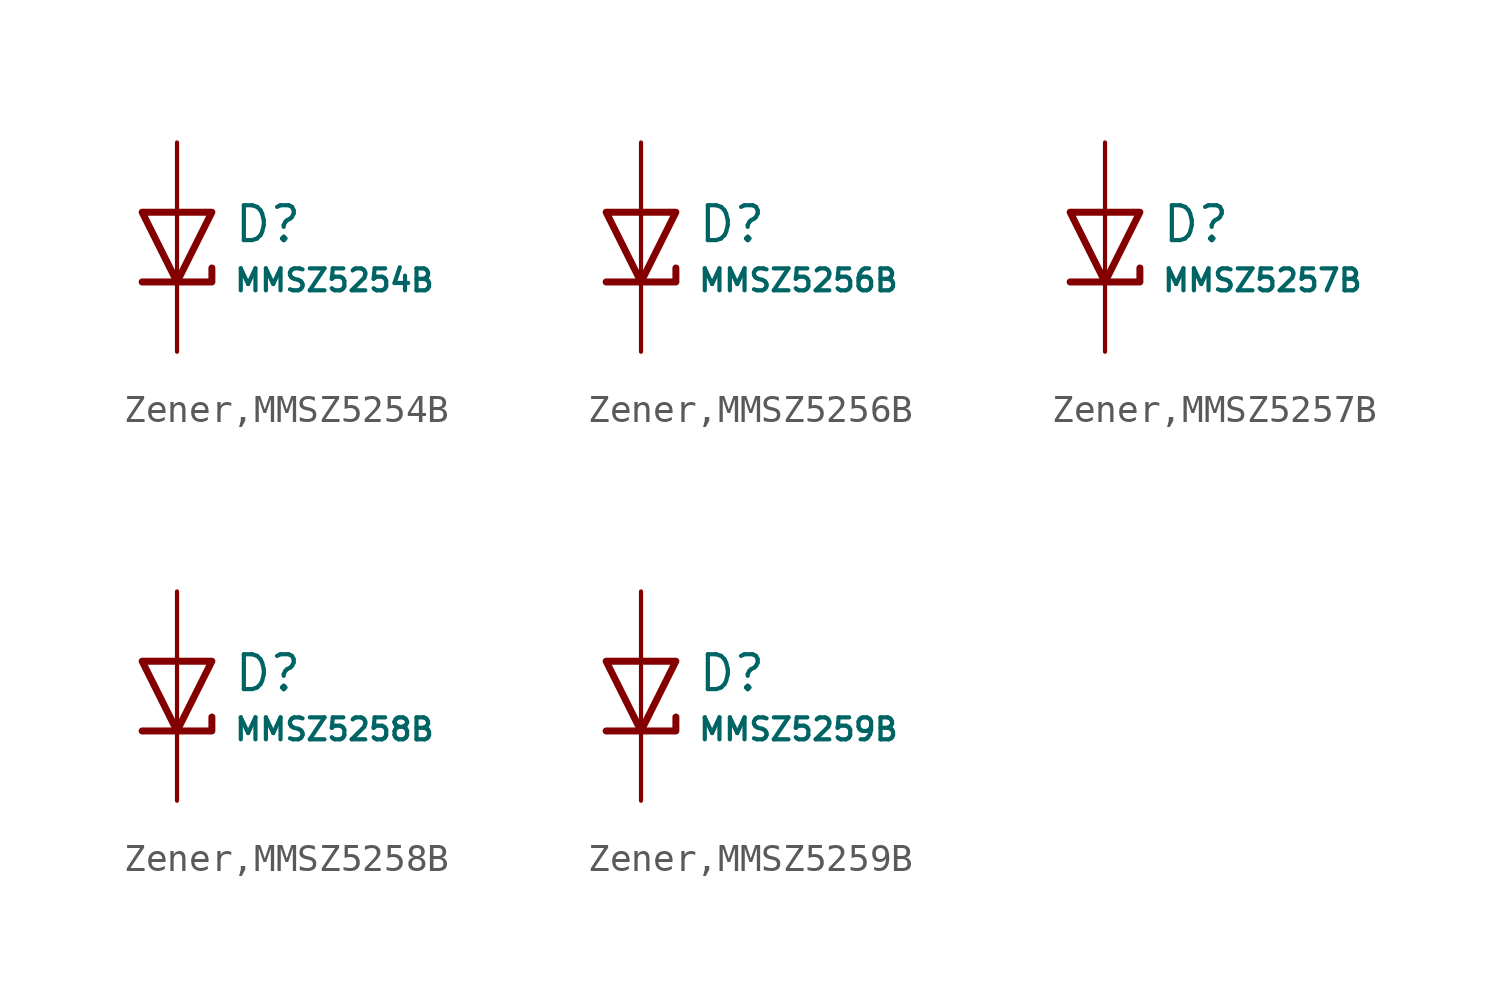
<source format=kicad_sym>
(kicad_symbol_lib
  (version 20231120)
  (generator "CDFER")
  (generator_version "8.0")
  (symbol "Zener,MMSZ5254B"
    (pin_numbers hide)
    (pin_names
      (offset 0))
    (property "Reference" "D"
      (at 2.032 0.834 0)
      (effects (font (size 1.27 1.27)) (justify left)))
    (property "Value" "MMSZ5254B"
      (at 2.032 -1.212 0)
      (effects (font (size 0.8 0.8)) (justify left)))
    (symbol "Zener,MMSZ5254B_0_1"
      (polyline (pts (xy -1.27 1.27) (xy 0.00 -1.27) (xy 1.27 1.27) (xy -1.27 1.27)) (stroke (width 0.254) (type default)) (fill (type none))))
    (symbol "Zener,MMSZ5254B_0_1"
      (polyline (pts (xy -1.27 -1.27) (xy 1.27 -1.27) (xy 1.27 -0.762)) (stroke (width 0.254) (type default)) (fill (type none))))
    (symbol "Zener,MMSZ5254B_1_1"
      (pin passive line (at 0 3.81 270) (length 3.81) (name "~" (effects (font (size 1.27 1.27)))) (number "2" (effects (font (size 1.27 1.27)))))
      (pin passive line (at 0 -3.81 90) (length 3.81) (name "~" (effects (font (size 1.27 1.27)))) (number "1" (effects (font (size 1.27 1.27)))))))
  (symbol "Zener,MMSZ5256B"
    (pin_numbers hide)
    (pin_names
      (offset 0))
    (property "Reference" "D"
      (at 2.032 0.834 0)
      (effects (font (size 1.27 1.27)) (justify left)))
    (property "Value" "MMSZ5256B"
      (at 2.032 -1.212 0)
      (effects (font (size 0.8 0.8)) (justify left)))
    (symbol "Zener,MMSZ5256B_0_1"
      (polyline (pts (xy -1.27 1.27) (xy 0.00 -1.27) (xy 1.27 1.27) (xy -1.27 1.27)) (stroke (width 0.254) (type default)) (fill (type none))))
    (symbol "Zener,MMSZ5256B_0_1"
      (polyline (pts (xy -1.27 -1.27) (xy 1.27 -1.27) (xy 1.27 -0.762)) (stroke (width 0.254) (type default)) (fill (type none))))
    (symbol "Zener,MMSZ5256B_1_1"
      (pin passive line (at 0 3.81 270) (length 3.81) (name "~" (effects (font (size 1.27 1.27)))) (number "2" (effects (font (size 1.27 1.27)))))
      (pin passive line (at 0 -3.81 90) (length 3.81) (name "~" (effects (font (size 1.27 1.27)))) (number "1" (effects (font (size 1.27 1.27)))))))
  (symbol "Zener,MMSZ5257B"
    (pin_numbers hide)
    (pin_names
      (offset 0))
    (property "Reference" "D"
      (at 2.032 0.834 0)
      (effects (font (size 1.27 1.27)) (justify left)))
    (property "Value" "MMSZ5257B"
      (at 2.032 -1.212 0)
      (effects (font (size 0.8 0.8)) (justify left)))
    (symbol "Zener,MMSZ5257B_0_1"
      (polyline (pts (xy -1.27 1.27) (xy 0.00 -1.27) (xy 1.27 1.27) (xy -1.27 1.27)) (stroke (width 0.254) (type default)) (fill (type none))))
    (symbol "Zener,MMSZ5257B_0_1"
      (polyline (pts (xy -1.27 -1.27) (xy 1.27 -1.27) (xy 1.27 -0.762)) (stroke (width 0.254) (type default)) (fill (type none))))
    (symbol "Zener,MMSZ5257B_1_1"
      (pin passive line (at 0 3.81 270) (length 3.81) (name "~" (effects (font (size 1.27 1.27)))) (number "2" (effects (font (size 1.27 1.27)))))
      (pin passive line (at 0 -3.81 90) (length 3.81) (name "~" (effects (font (size 1.27 1.27)))) (number "1" (effects (font (size 1.27 1.27)))))))
  (symbol "Zener,MMSZ5258B"
    (pin_numbers hide)
    (pin_names
      (offset 0))
    (property "Reference" "D"
      (at 2.032 0.834 0)
      (effects (font (size 1.27 1.27)) (justify left)))
    (property "Value" "MMSZ5258B"
      (at 2.032 -1.212 0)
      (effects (font (size 0.8 0.8)) (justify left)))
    (symbol "Zener,MMSZ5258B_0_1"
      (polyline (pts (xy -1.27 1.27) (xy 0.00 -1.27) (xy 1.27 1.27) (xy -1.27 1.27)) (stroke (width 0.254) (type default)) (fill (type none))))
    (symbol "Zener,MMSZ5258B_0_1"
      (polyline (pts (xy -1.27 -1.27) (xy 1.27 -1.27) (xy 1.27 -0.762)) (stroke (width 0.254) (type default)) (fill (type none))))
    (symbol "Zener,MMSZ5258B_1_1"
      (pin passive line (at 0 3.81 270) (length 3.81) (name "~" (effects (font (size 1.27 1.27)))) (number "2" (effects (font (size 1.27 1.27)))))
      (pin passive line (at 0 -3.81 90) (length 3.81) (name "~" (effects (font (size 1.27 1.27)))) (number "1" (effects (font (size 1.27 1.27)))))))
  (symbol "Zener,MMSZ5259B"
    (pin_numbers hide)
    (pin_names
      (offset 0))
    (property "Reference" "D"
      (at 2.032 0.834 0)
      (effects (font (size 1.27 1.27)) (justify left)))
    (property "Value" "MMSZ5259B"
      (at 2.032 -1.212 0)
      (effects (font (size 0.8 0.8)) (justify left)))
    (symbol "Zener,MMSZ5259B_0_1"
      (polyline (pts (xy -1.27 1.27) (xy 0.00 -1.27) (xy 1.27 1.27) (xy -1.27 1.27)) (stroke (width 0.254) (type default)) (fill (type none))))
    (symbol "Zener,MMSZ5259B_0_1"
      (polyline (pts (xy -1.27 -1.27) (xy 1.27 -1.27) (xy 1.27 -0.762)) (stroke (width 0.254) (type default)) (fill (type none))))
    (symbol "Zener,MMSZ5259B_1_1"
      (pin passive line (at 0 3.81 270) (length 3.81) (name "~" (effects (font (size 1.27 1.27)))) (number "2" (effects (font (size 1.27 1.27)))))
      (pin passive line (at 0 -3.81 90) (length 3.81) (name "~" (effects (font (size 1.27 1.27)))) (number "1" (effects (font (size 1.27 1.27))))))))
</source>
